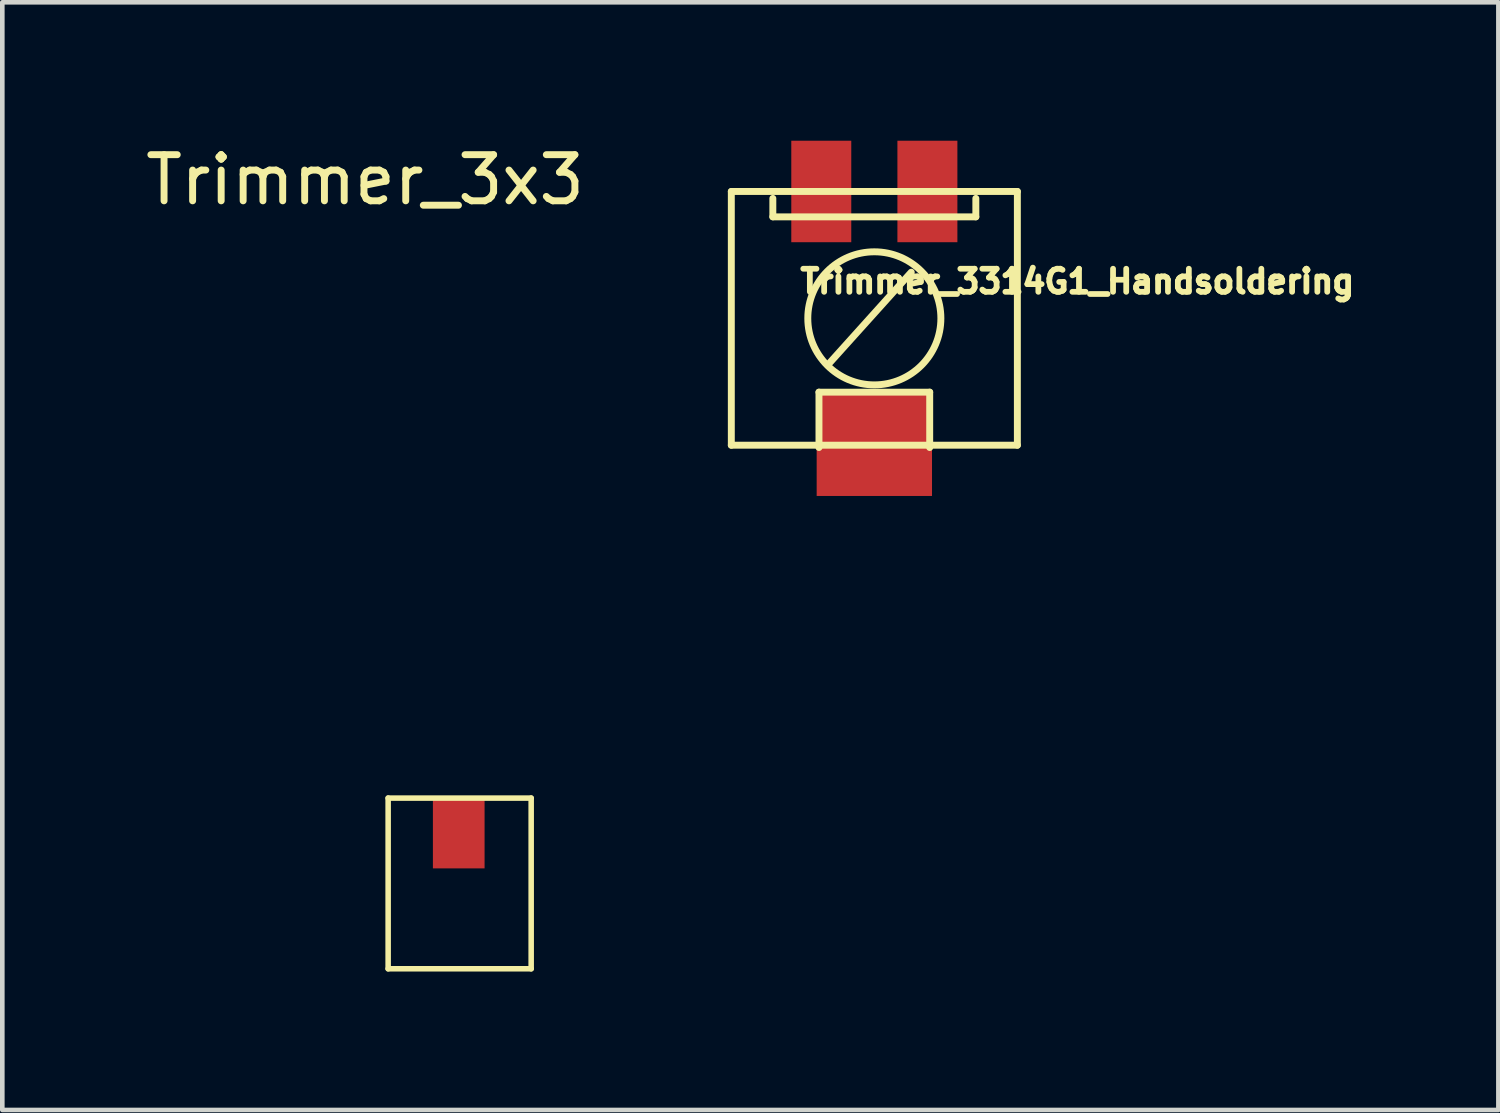
<source format=kicad_pcb>
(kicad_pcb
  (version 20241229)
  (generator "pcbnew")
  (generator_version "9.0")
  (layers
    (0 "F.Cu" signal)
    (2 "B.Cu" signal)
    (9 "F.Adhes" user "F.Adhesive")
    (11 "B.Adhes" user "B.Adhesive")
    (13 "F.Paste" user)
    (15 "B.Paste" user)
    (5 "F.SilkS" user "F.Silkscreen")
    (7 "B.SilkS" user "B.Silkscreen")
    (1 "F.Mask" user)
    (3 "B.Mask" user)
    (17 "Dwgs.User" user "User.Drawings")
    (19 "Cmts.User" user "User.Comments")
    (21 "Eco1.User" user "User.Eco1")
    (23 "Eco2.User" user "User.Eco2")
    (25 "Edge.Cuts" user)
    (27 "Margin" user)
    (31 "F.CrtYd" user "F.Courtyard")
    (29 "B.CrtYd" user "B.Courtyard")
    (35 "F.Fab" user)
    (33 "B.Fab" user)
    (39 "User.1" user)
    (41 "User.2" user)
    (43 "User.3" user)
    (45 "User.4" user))
  (footprint "Trimmer_3314G1_Handsoldering"
    (layer "F.Cu")
    (at 15.901 3.85)
    (property "Reference" "Trimmer_3314G1_Handsoldering" (at 4.4 -0.8 0) (layer "F.SilkS") (effects (font (size 0.5 0.5) (thickness 0.125))))
    (attr through_hole)
    (fp_line (start -3.1 -2.75) (end 3.1 -2.75) (stroke (width 0.15) (type solid)) (layer "F.SilkS"))
    (fp_line (start -3.1 2.75) (end -3.1 -2.75) (stroke (width 0.15) (type solid)) (layer "F.SilkS"))
    (fp_line (start -2.2 -2.6) (end -2.2 -2.2) (stroke (width 0.15) (type solid)) (layer "F.SilkS"))
    (fp_line (start -2.2 -2.2) (end 2.2 -2.2) (stroke (width 0.15) (type solid)) (layer "F.SilkS"))
    (fp_line (start -1.2 1.6) (end 1.2 1.6) (stroke (width 0.15) (type solid)) (layer "F.SilkS"))
    (fp_line (start -1.2 2.8) (end -1.2 1.6) (stroke (width 0.15) (type solid)) (layer "F.SilkS"))
    (fp_line (start -1 1) (end 0.8 -1) (stroke (width 0.15) (type solid)) (layer "F.SilkS"))
    (fp_line (start 1.2 1.6) (end 1.2 2.8) (stroke (width 0.15) (type solid)) (layer "F.SilkS"))
    (fp_line (start 2.2 -2.2) (end 2.2 -2.6) (stroke (width 0.15) (type solid)) (layer "F.SilkS"))
    (fp_line (start 3.1 -2.75) (end 3.1 2.75) (stroke (width 0.15) (type solid)) (layer "F.SilkS"))
    (fp_line (start 3.1 2.75) (end -3.1 2.75) (stroke (width 0.15) (type solid)) (layer "F.SilkS"))
    (fp_circle (center 0 0) (end 1.2 0.8) (stroke (width 0.15) (type solid)) (fill no) (layer "F.SilkS"))
    (pad "1" smd rect (at -1.15 -2.75) (size 1.3 2.2) (layers "F.Cu" "F.Mask" "F.Paste"))
    (pad "2" smd rect (at 0 2.75) (size 2.5 2.2) (layers "F.Cu" "F.Mask" "F.Paste"))
    (pad "3" smd rect (at 1.15 -2.75) (size 1.3 2.2) (layers "F.Cu" "F.Mask" "F.Paste")))
  (footprint "Trimmer_3x3"
    (layer "F.Cu")
    (at 5.363 14.248)
    (property "Reference" "Trimmer_3x3" (at -0.5 -13.4 0) (layer "F.SilkS") (effects (font (size 1 1) (thickness 0.15))))
    (attr through_hole)
    (fp_line (start 0 0) (end 3.1 0) (stroke (width 0.12) (type solid)) (layer "F.SilkS"))
    (fp_line (start 0 3.7) (end 0 0) (stroke (width 0.12) (type solid)) (layer "F.SilkS"))
    (fp_line (start 3.1 0) (end 3.1 3.7) (stroke (width 0.12) (type solid)) (layer "F.SilkS"))
    (fp_line (start 3.1 3.7) (end 0 3.7) (stroke (width 0.12) (type solid)) (layer "F.SilkS"))
    (pad "1" smd rect (at 0.97 0) (size 1.12 1.524) (drill (offset 0.56 0.762)) (layers "F.Cu" "F.Mask" "F.Paste")))
  (gr_rect
    (start -3 -3)
    (end 29.427 21.008)
    (stroke (width 0.1) (type default))
    (fill no)
    (layer "Edge.Cuts")))
</source>
